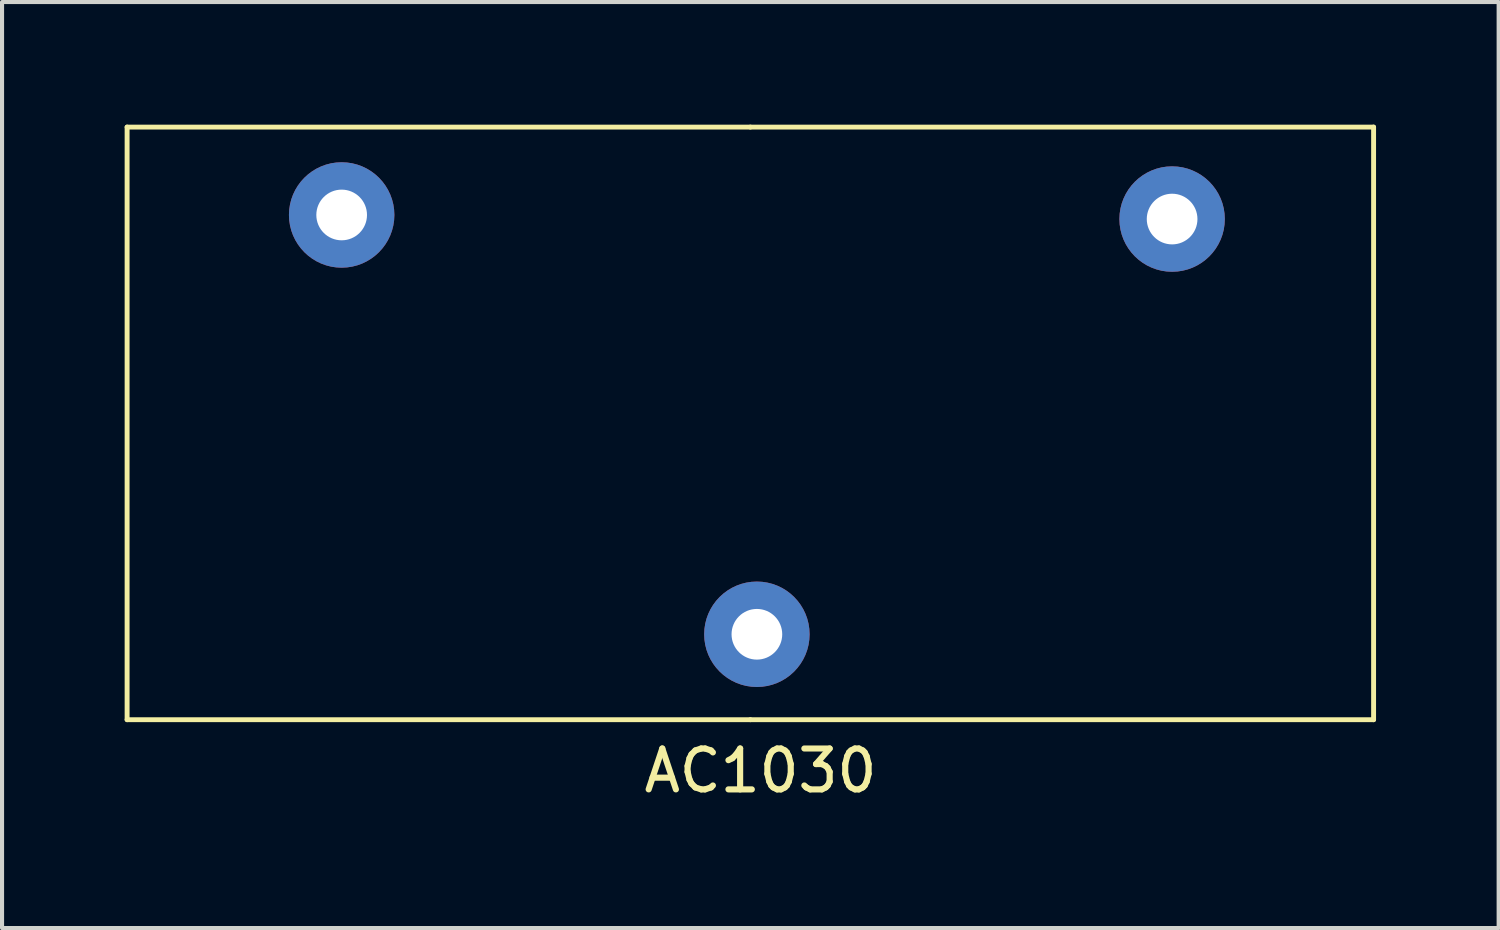
<source format=kicad_pcb>
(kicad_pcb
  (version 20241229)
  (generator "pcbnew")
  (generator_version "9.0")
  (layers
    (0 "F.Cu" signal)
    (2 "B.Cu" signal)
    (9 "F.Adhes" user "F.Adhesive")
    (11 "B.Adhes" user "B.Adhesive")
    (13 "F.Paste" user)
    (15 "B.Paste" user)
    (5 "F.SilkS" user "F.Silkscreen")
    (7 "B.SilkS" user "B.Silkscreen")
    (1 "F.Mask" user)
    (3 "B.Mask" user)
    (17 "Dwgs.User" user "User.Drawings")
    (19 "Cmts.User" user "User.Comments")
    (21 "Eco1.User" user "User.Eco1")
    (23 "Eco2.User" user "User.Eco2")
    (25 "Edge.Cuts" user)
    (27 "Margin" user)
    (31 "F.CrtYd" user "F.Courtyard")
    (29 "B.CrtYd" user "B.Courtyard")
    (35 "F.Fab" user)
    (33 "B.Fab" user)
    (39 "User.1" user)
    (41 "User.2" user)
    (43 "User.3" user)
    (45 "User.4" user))
  (footprint "AC1030"
    (layer "F.Cu")
    (at 15.31 7.31)
    (property "Reference" "AC1030" (at 0.25 8.5 0) (layer "F.SilkS") (effects (font (size 1 1) (thickness 0.15))))
    (attr through_hole)
    (fp_line (start -15.25 7.25) (end -15.25 -7.25) (stroke (width 0.12) (type solid)) (layer "F.SilkS"))
    (fp_line (start 0 -7.25) (end -15.25 -7.25) (stroke (width 0.12) (type solid)) (layer "F.SilkS"))
    (fp_line (start 0 -7.25) (end 15.25 -7.25) (stroke (width 0.12) (type solid)) (layer "F.SilkS"))
    (fp_line (start 0 7.25) (end -15.25 7.25) (stroke (width 0.12) (type solid)) (layer "F.SilkS"))
    (fp_line (start 0 7.25) (end 15.25 7.25) (stroke (width 0.12) (type solid)) (layer "F.SilkS"))
    (fp_line (start 15.25 7.25) (end 15.25 -7.25) (stroke (width 0.12) (type solid)) (layer "F.SilkS"))
    (pad "1" thru_hole circle (at 10.32 -5) (size 2.58 2.58) (drill 1.24) (layers "*.Cu" "*.Mask"))
    (pad "2" thru_hole circle (at 0.16 5.16) (size 2.58 2.58) (drill 1.24) (layers "*.Cu" "*.Mask"))
    (pad "3" thru_hole circle (at -10 -5.1) (size 2.58 2.58) (drill 1.24) (layers "*.Cu" "*.Mask")))
  (gr_rect
    (start -3 -3)
    (end 33.62 19.658)
    (stroke (width 0.1) (type default))
    (fill no)
    (layer "Edge.Cuts")))
</source>
